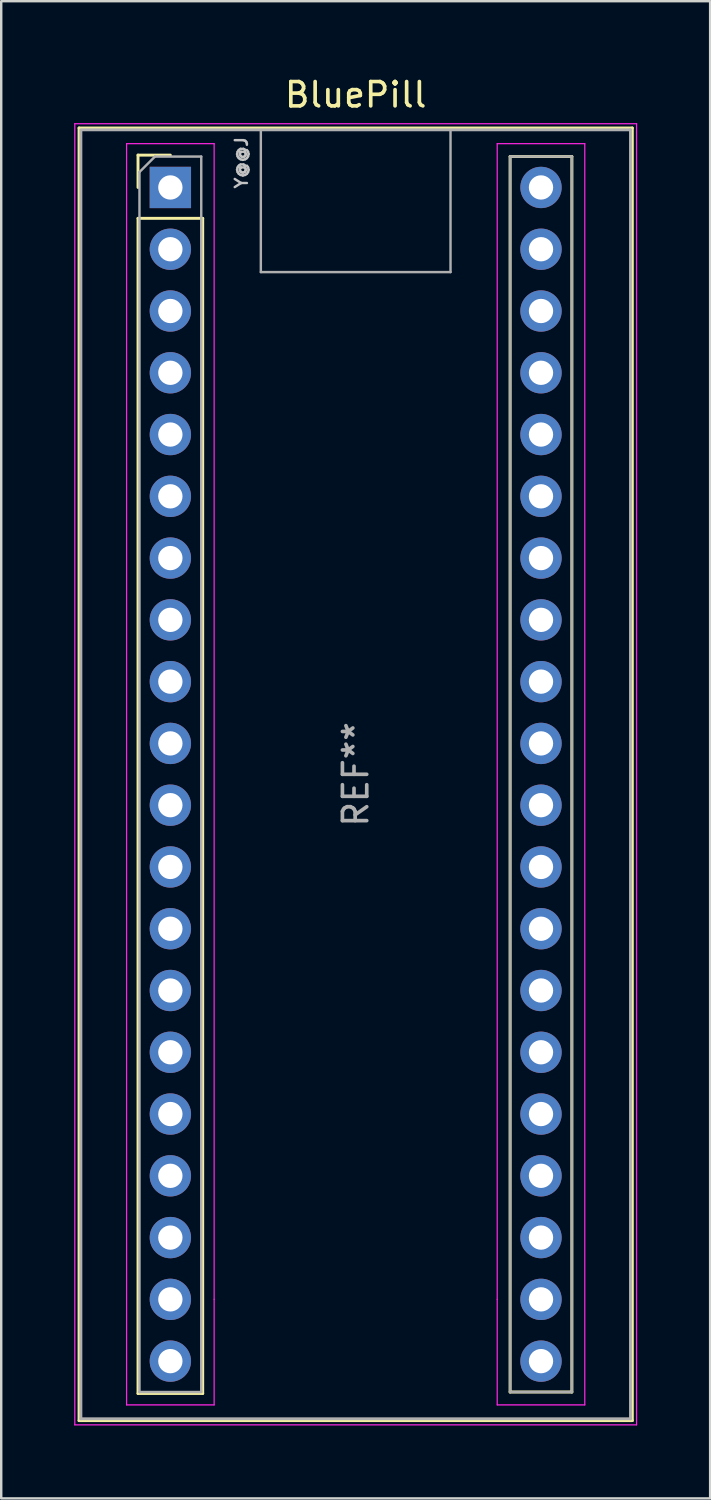
<source format=kicad_pcb>
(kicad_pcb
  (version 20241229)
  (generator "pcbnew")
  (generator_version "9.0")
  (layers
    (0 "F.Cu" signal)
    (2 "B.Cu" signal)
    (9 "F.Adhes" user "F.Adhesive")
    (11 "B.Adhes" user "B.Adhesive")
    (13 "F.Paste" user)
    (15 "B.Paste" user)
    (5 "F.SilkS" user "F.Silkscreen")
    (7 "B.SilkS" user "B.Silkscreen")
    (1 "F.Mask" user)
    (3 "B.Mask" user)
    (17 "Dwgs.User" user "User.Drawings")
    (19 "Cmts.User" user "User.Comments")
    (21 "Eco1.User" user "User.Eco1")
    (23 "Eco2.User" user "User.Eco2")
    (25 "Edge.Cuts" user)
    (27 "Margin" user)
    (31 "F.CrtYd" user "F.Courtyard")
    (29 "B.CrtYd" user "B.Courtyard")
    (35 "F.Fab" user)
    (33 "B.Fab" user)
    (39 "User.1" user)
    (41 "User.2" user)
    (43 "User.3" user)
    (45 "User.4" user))
  (footprint "BluePill"
    (layer "F.Cu")
    (at 3.955 4.658)
    (property "Reference" "BluePill" (at 7.62 -3.81 0) (layer "F.SilkS") (effects (font (size 1 1) (thickness 0.15))))
    (attr through_hole)
    (fp_line (start -3.755 -2.445) (end 18.995 -2.445) (stroke (width 0.12) (type solid)) (layer "F.SilkS"))
    (fp_line (start -3.755 50.705) (end -3.755 -2.445) (stroke (width 0.12) (type solid)) (layer "F.SilkS"))
    (fp_line (start -1.33 -1.33) (end 0 -1.33) (stroke (width 0.12) (type solid)) (layer "F.SilkS"))
    (fp_line (start -1.33 0) (end -1.33 -1.33) (stroke (width 0.12) (type solid)) (layer "F.SilkS"))
    (fp_line (start -1.33 1.27) (end 1.33 1.27) (stroke (width 0.12) (type solid)) (layer "F.SilkS"))
    (fp_line (start -1.33 49.59) (end -1.33 1.27) (stroke (width 0.12) (type solid)) (layer "F.SilkS"))
    (fp_line (start 1.33 1.27) (end 1.33 49.59) (stroke (width 0.12) (type solid)) (layer "F.SilkS"))
    (fp_line (start 1.33 49.59) (end -1.33 49.59) (stroke (width 0.12) (type solid)) (layer "F.SilkS"))
    (fp_line (start 13.97 -1.27) (end 16.51 -1.27) (stroke (width 0.12) (type solid)) (layer "F.SilkS"))
    (fp_line (start 13.97 49.53) (end 13.97 -1.27) (stroke (width 0.12) (type solid)) (layer "F.SilkS"))
    (fp_line (start 16.51 -1.27) (end 16.51 49.53) (stroke (width 0.12) (type solid)) (layer "F.SilkS"))
    (fp_line (start 16.51 49.53) (end 13.97 49.53) (stroke (width 0.12) (type solid)) (layer "F.SilkS"))
    (fp_line (start 18.995 -2.445) (end 18.995 50.705) (stroke (width 0.12) (type solid)) (layer "F.SilkS"))
    (fp_line (start 18.995 50.705) (end -3.755 50.705) (stroke (width 0.12) (type solid)) (layer "F.SilkS"))
    (fp_line (start -3.93 -2.62) (end 19.17 -2.62) (stroke (width 0.05) (type solid)) (layer "F.CrtYd"))
    (fp_line (start -3.93 50.88) (end -3.93 -2.62) (stroke (width 0.05) (type solid)) (layer "F.CrtYd"))
    (fp_line (start -1.8 -1.8) (end -1.8 50.06) (stroke (width 0.05) (type solid)) (layer "F.CrtYd"))
    (fp_line (start -1.8 50.06) (end 1.8 50.06) (stroke (width 0.05) (type solid)) (layer "F.CrtYd"))
    (fp_line (start 1.8 -1.8) (end -1.8 -1.8) (stroke (width 0.05) (type solid)) (layer "F.CrtYd"))
    (fp_line (start 1.8 -1.8) (end 1.8 45.72) (stroke (width 0.05) (type solid)) (layer "F.CrtYd"))
    (fp_line (start 1.8 45.72) (end 1.8 50.06) (stroke (width 0.05) (type solid)) (layer "F.CrtYd"))
    (fp_line (start 13.44 -1.8) (end 13.44 45.72) (stroke (width 0.05) (type solid)) (layer "F.CrtYd"))
    (fp_line (start 13.44 -1.8) (end 17.04 -1.8) (stroke (width 0.05) (type solid)) (layer "F.CrtYd"))
    (fp_line (start 13.44 45.72) (end 13.44 50.06) (stroke (width 0.05) (type solid)) (layer "F.CrtYd"))
    (fp_line (start 17.04 -1.8) (end 17.04 50.06) (stroke (width 0.05) (type solid)) (layer "F.CrtYd"))
    (fp_line (start 17.04 50.06) (end 13.44 50.06) (stroke (width 0.05) (type solid)) (layer "F.CrtYd"))
    (fp_line (start 19.17 -2.62) (end 19.17 50.88) (stroke (width 0.05) (type solid)) (layer "F.CrtYd"))
    (fp_line (start 19.17 50.88) (end -3.93 50.88) (stroke (width 0.05) (type solid)) (layer "F.CrtYd"))
    (fp_line (start -3.68 -2.37) (end 18.92 -2.37) (stroke (width 0.12) (type solid)) (layer "F.Fab"))
    (fp_line (start -3.68 50.63) (end -3.68 -2.32) (stroke (width 0.12) (type solid)) (layer "F.Fab"))
    (fp_line (start -3.68 50.63) (end 18.92 50.63) (stroke (width 0.12) (type solid)) (layer "F.Fab"))
    (fp_line (start -1.27 -0.635) (end -0.635 -1.27) (stroke (width 0.1) (type solid)) (layer "F.Fab"))
    (fp_line (start -1.27 49.53) (end -1.27 -0.635) (stroke (width 0.1) (type solid)) (layer "F.Fab"))
    (fp_line (start -0.635 -1.27) (end 1.27 -1.27) (stroke (width 0.1) (type solid)) (layer "F.Fab"))
    (fp_line (start 1.27 -1.27) (end 1.27 49.53) (stroke (width 0.1) (type solid)) (layer "F.Fab"))
    (fp_line (start 1.27 49.53) (end -1.27 49.53) (stroke (width 0.1) (type solid)) (layer "F.Fab"))
    (fp_line (start 3.72 3.48) (end 3.72 -2.32) (stroke (width 0.1) (type solid)) (layer "F.Fab"))
    (fp_line (start 3.72 3.48) (end 11.52 3.48) (stroke (width 0.1) (type solid)) (layer "F.Fab"))
    (fp_line (start 11.52 3.48) (end 11.52 -2.32) (stroke (width 0.1) (type solid)) (layer "F.Fab"))
    (fp_line (start 13.97 -1.27) (end 16.51 -1.27) (stroke (width 0.1) (type solid)) (layer "F.Fab"))
    (fp_line (start 13.97 49.53) (end 13.97 -1.27) (stroke (width 0.1) (type solid)) (layer "F.Fab"))
    (fp_line (start 16.51 -1.27) (end 16.51 49.53) (stroke (width 0.1) (type solid)) (layer "F.Fab"))
    (fp_line (start 16.51 49.53) (end 13.97 49.53) (stroke (width 0.1) (type solid)) (layer "F.Fab"))
    (fp_line (start 18.92 -2.37) (end 18.92 50.63) (stroke (width 0.12) (type solid)) (layer "F.Fab"))
    (fp_text user "Y@@J" (at 2.921 -1.016 90) (unlocked yes) (layer "Dwgs.User") (effects (font (size 0.5 0.5) (thickness 0.1))))
    (fp_text user "REF**" (at 7.62 24.13 90) (layer "F.Fab") (effects (font (size 1 1) (thickness 0.15))))
    (pad "1" thru_hole rect (at 0 0) (size 1.7 1.7) (drill 1) (layers "*.Cu" "*.Mask"))
    (pad "2" thru_hole circle (at 0 2.54) (size 1.7 1.7) (drill 1) (layers "*.Cu" "*.Mask"))
    (pad "3" thru_hole circle (at 0 5.08) (size 1.7 1.7) (drill 1) (layers "*.Cu" "*.Mask"))
    (pad "4" thru_hole circle (at 0 7.62) (size 1.7 1.7) (drill 1) (layers "*.Cu" "*.Mask"))
    (pad "5" thru_hole circle (at 0 10.16) (size 1.7 1.7) (drill 1) (layers "*.Cu" "*.Mask"))
    (pad "6" thru_hole circle (at 0 12.7) (size 1.7 1.7) (drill 1) (layers "*.Cu" "*.Mask"))
    (pad "7" thru_hole circle (at 0 15.24) (size 1.7 1.7) (drill 1) (layers "*.Cu" "*.Mask"))
    (pad "8" thru_hole circle (at 0 17.78) (size 1.7 1.7) (drill 1) (layers "*.Cu" "*.Mask"))
    (pad "9" thru_hole circle (at 0 20.32) (size 1.7 1.7) (drill 1) (layers "*.Cu" "*.Mask"))
    (pad "10" thru_hole circle (at 0 22.86) (size 1.7 1.7) (drill 1) (layers "*.Cu" "*.Mask"))
    (pad "11" thru_hole circle (at 0 25.4) (size 1.7 1.7) (drill 1) (layers "*.Cu" "*.Mask"))
    (pad "12" thru_hole circle (at 0 27.94) (size 1.7 1.7) (drill 1) (layers "*.Cu" "*.Mask"))
    (pad "13" thru_hole circle (at 0 30.48) (size 1.7 1.7) (drill 1) (layers "*.Cu" "*.Mask"))
    (pad "14" thru_hole circle (at 0 33.02) (size 1.7 1.7) (drill 1) (layers "*.Cu" "*.Mask"))
    (pad "15" thru_hole circle (at 0 35.56) (size 1.7 1.7) (drill 1) (layers "*.Cu" "*.Mask"))
    (pad "16" thru_hole circle (at 0 38.1) (size 1.7 1.7) (drill 1) (layers "*.Cu" "*.Mask"))
    (pad "17" thru_hole circle (at 0 40.64) (size 1.7 1.7) (drill 1) (layers "*.Cu" "*.Mask"))
    (pad "18" thru_hole circle (at 0 43.18) (size 1.7 1.7) (drill 1) (layers "*.Cu" "*.Mask"))
    (pad "19" thru_hole circle (at 0 45.72) (size 1.7 1.7) (drill 1) (layers "*.Cu" "*.Mask"))
    (pad "20" thru_hole circle (at 0 48.26) (size 1.7 1.7) (drill 1) (layers "*.Cu" "*.Mask"))
    (pad "21" thru_hole circle (at 15.24 48.26) (size 1.7 1.7) (drill 1) (layers "*.Cu" "*.Mask"))
    (pad "22" thru_hole circle (at 15.24 45.72) (size 1.7 1.7) (drill 1) (layers "*.Cu" "*.Mask"))
    (pad "23" thru_hole circle (at 15.24 43.18) (size 1.7 1.7) (drill 1) (layers "*.Cu" "*.Mask"))
    (pad "24" thru_hole circle (at 15.24 40.64) (size 1.7 1.7) (drill 1) (layers "*.Cu" "*.Mask"))
    (pad "25" thru_hole circle (at 15.24 38.1) (size 1.7 1.7) (drill 1) (layers "*.Cu" "*.Mask"))
    (pad "26" thru_hole circle (at 15.24 35.56) (size 1.7 1.7) (drill 1) (layers "*.Cu" "*.Mask"))
    (pad "27" thru_hole circle (at 15.24 33.02) (size 1.7 1.7) (drill 1) (layers "*.Cu" "*.Mask"))
    (pad "28" thru_hole circle (at 15.24 30.48) (size 1.7 1.7) (drill 1) (layers "*.Cu" "*.Mask"))
    (pad "29" thru_hole circle (at 15.24 27.94) (size 1.7 1.7) (drill 1) (layers "*.Cu" "*.Mask"))
    (pad "30" thru_hole circle (at 15.24 25.4) (size 1.7 1.7) (drill 1) (layers "*.Cu" "*.Mask"))
    (pad "31" thru_hole circle (at 15.24 22.86) (size 1.7 1.7) (drill 1) (layers "*.Cu" "*.Mask"))
    (pad "32" thru_hole circle (at 15.24 20.32) (size 1.7 1.7) (drill 1) (layers "*.Cu" "*.Mask"))
    (pad "33" thru_hole circle (at 15.24 17.78) (size 1.7 1.7) (drill 1) (layers "*.Cu" "*.Mask"))
    (pad "34" thru_hole circle (at 15.24 15.24) (size 1.7 1.7) (drill 1) (layers "*.Cu" "*.Mask"))
    (pad "35" thru_hole circle (at 15.24 12.7) (size 1.7 1.7) (drill 1) (layers "*.Cu" "*.Mask"))
    (pad "36" thru_hole circle (at 15.24 10.16) (size 1.7 1.7) (drill 1) (layers "*.Cu" "*.Mask"))
    (pad "37" thru_hole circle (at 15.24 7.62) (size 1.7 1.7) (drill 1) (layers "*.Cu" "*.Mask"))
    (pad "38" thru_hole circle (at 15.24 5.08) (size 1.7 1.7) (drill 1) (layers "*.Cu" "*.Mask"))
    (pad "39" thru_hole circle (at 15.24 2.54) (size 1.7 1.7) (drill 1) (layers "*.Cu" "*.Mask"))
    (pad "40" thru_hole circle (at 15.24 0) (size 1.7 1.7) (drill 1) (layers "*.Cu" "*.Mask")))
  (gr_rect
    (start -3 -3)
    (end 26.15 58.563)
    (stroke (width 0.1) (type default))
    (fill no)
    (layer "Edge.Cuts")))
</source>
